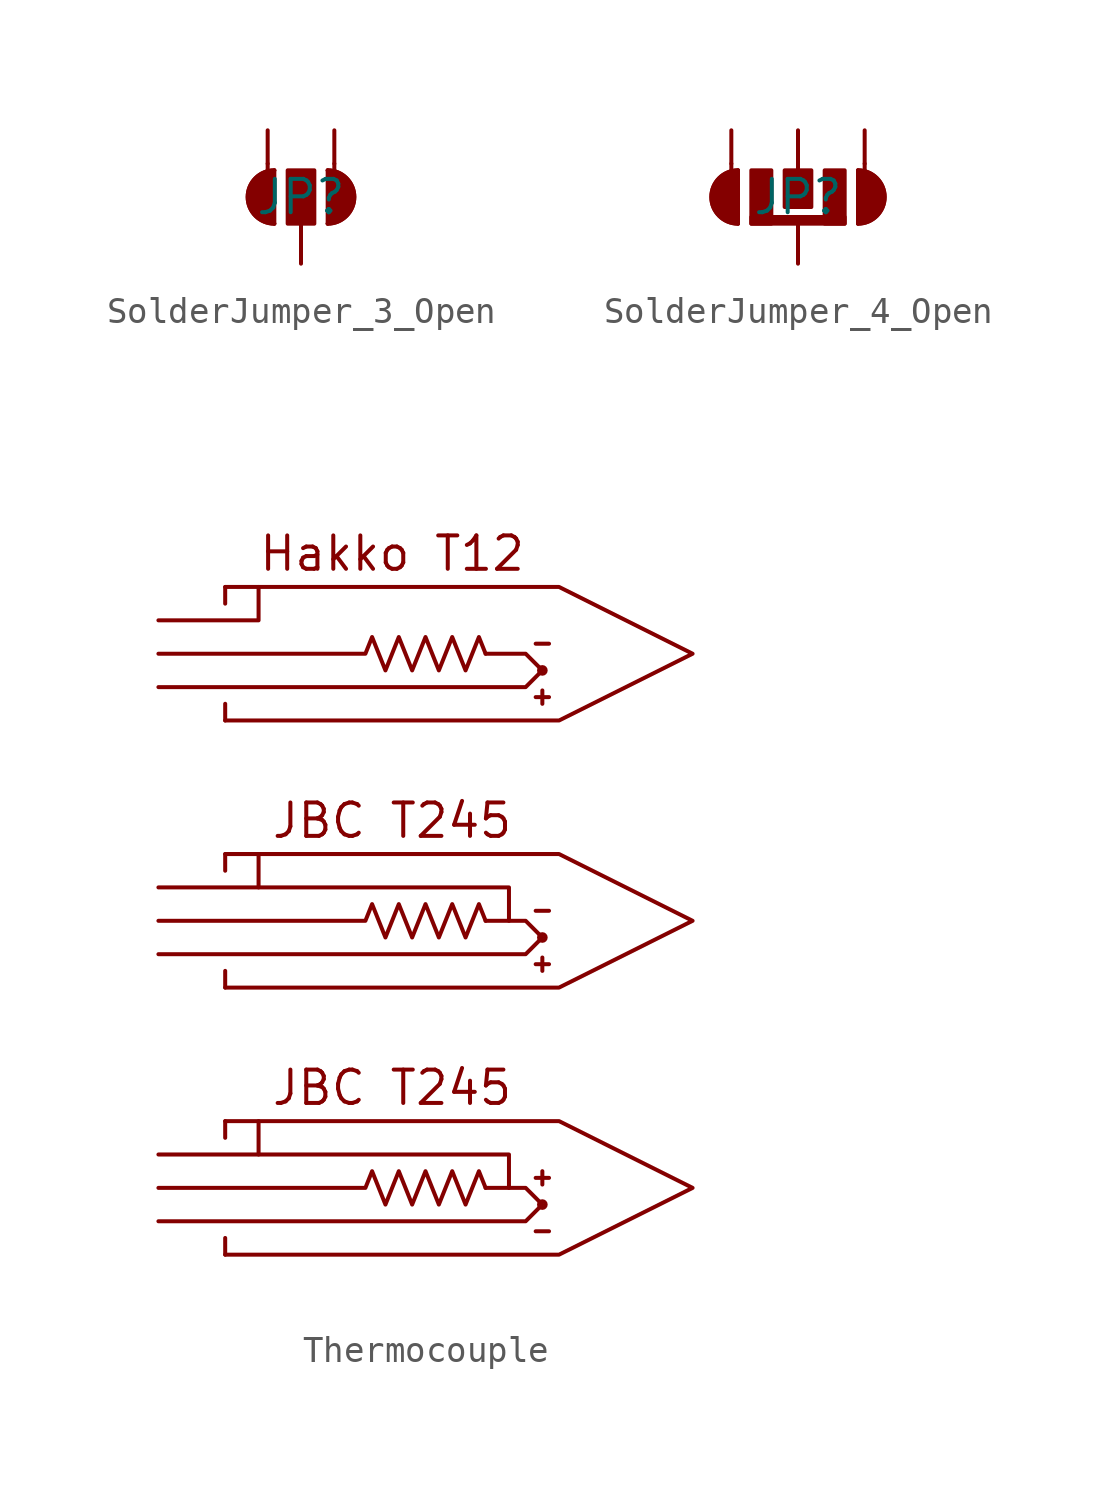
<source format=kicad_sym>
(kicad_symbol_lib
  (version 20211014)
  (generator kicad_symbol_editor)
  (symbol "SolderJumper_3_Open"
    (pin_numbers hide)
    (pin_names
      (offset 0) hide)
    (property "Reference" "JP"
      (at 0 0 0)
      (effects (font (size 1.27 1.27))))
    (symbol "SolderJumper_3_Open_0_1"
      (arc (start -1.016 1.016) (mid -2.032 0) (end -1.016 -1.016) (stroke (width 0) (type default) (color 0 0 0 0)) (fill (type none)))
      (arc (start -1.016 1.016) (mid -2.032 0) (end -1.016 -1.016) (stroke (width 0) (type default) (color 0 0 0 0)) (fill (type outline)))
      (rectangle (start -0.508 1.016) (end 0.508 -1.016) (stroke (width 0) (type default) (color 0 0 0 0)) (fill (type outline)))
      (polyline (pts (xy -1.27 1.27) (xy -1.27 0)) (stroke (width 0) (type default) (color 0 0 0 0)) (fill (type none)))
      (polyline (pts (xy -1.016 1.016) (xy -1.016 -1.016)) (stroke (width 0) (type default) (color 0 0 0 0)) (fill (type none)))
      (polyline (pts (xy 0 -1.27) (xy 0 -1.016)) (stroke (width 0) (type default) (color 0 0 0 0)) (fill (type none)))
      (polyline (pts (xy 1.016 1.016) (xy 1.016 -1.016)) (stroke (width 0) (type default) (color 0 0 0 0)) (fill (type none)))
      (polyline (pts (xy 1.27 1.27) (xy 1.27 0)) (stroke (width 0) (type default) (color 0 0 0 0)) (fill (type none)))
      (arc (start 1.016 -1.016) (mid 2.032 0) (end 1.016 1.016) (stroke (width 0) (type default) (color 0 0 0 0)) (fill (type none)))
      (arc (start 1.016 -1.016) (mid 2.032 0) (end 1.016 1.016) (stroke (width 0) (type default) (color 0 0 0 0)) (fill (type outline))))
    (symbol "SolderJumper_3_Open_1_1"
      (pin passive line (at -1.27 2.54 270) (length 1.27) (name "A" (effects (font (size 1.27 1.27)))) (number "1" (effects (font (size 1.27 1.27)))))
      (pin input line (at 0 -2.54 90) (length 1.27) (name "C" (effects (font (size 1.27 1.27)))) (number "2" (effects (font (size 1.27 1.27)))))
      (pin passive line (at 1.27 2.54 270) (length 1.27) (name "B" (effects (font (size 1.27 1.27)))) (number "3" (effects (font (size 1.27 1.27)))))))
  (symbol "SolderJumper_4_Open"
    (pin_numbers hide)
    (pin_names
      (offset 0) hide)
    (property "Reference" "JP"
      (at 0 0 0)
      (effects (font (size 1.27 1.27))))
    (symbol "SolderJumper_4_Open_0_1"
      (arc (start -2.286 1.016) (mid -3.302 0) (end -2.286 -1.016) (stroke (width 0) (type default) (color 0 0 0 0)) (fill (type none)))
      (arc (start -2.286 1.016) (mid -3.302 0) (end -2.286 -1.016) (stroke (width 0) (type default) (color 0 0 0 0)) (fill (type outline)))
      (rectangle (start -1.778 -1.016) (end 1.778 -0.762) (stroke (width 0) (type default) (color 0 0 0 0)) (fill (type outline)))
      (rectangle (start -1.016 1.016) (end -1.778 -1.016) (stroke (width 0) (type default) (color 0 0 0 0)) (fill (type outline)))
      (rectangle (start -0.508 1.016) (end 0.508 -0.381) (stroke (width 0) (type default) (color 0 0 0 0)) (fill (type outline)))
      (polyline (pts (xy -2.54 1.27) (xy -2.54 0)) (stroke (width 0) (type default) (color 0 0 0 0)) (fill (type none)))
      (polyline (pts (xy -2.286 1.016) (xy -2.286 -1.016)) (stroke (width 0) (type default) (color 0 0 0 0)) (fill (type none)))
      (polyline (pts (xy 0 -1.27) (xy 0 -1.016)) (stroke (width 0) (type default) (color 0 0 0 0)) (fill (type none)))
      (polyline (pts (xy 0 1.27) (xy 0 0)) (stroke (width 0) (type default) (color 0 0 0 0)) (fill (type none)))
      (polyline (pts (xy 2.286 1.016) (xy 2.286 -1.016)) (stroke (width 0) (type default) (color 0 0 0 0)) (fill (type none)))
      (polyline (pts (xy 2.54 1.27) (xy 2.54 0)) (stroke (width 0) (type default) (color 0 0 0 0)) (fill (type none)))
      (rectangle (start 1.016 1.016) (end 1.778 -1.016) (stroke (width 0) (type default) (color 0 0 0 0)) (fill (type outline)))
      (arc (start 2.286 -1.016) (mid 3.302 0) (end 2.286 1.016) (stroke (width 0) (type default) (color 0 0 0 0)) (fill (type none)))
      (arc (start 2.286 -1.016) (mid 3.302 0) (end 2.286 1.016) (stroke (width 0) (type default) (color 0 0 0 0)) (fill (type outline))))
    (symbol "SolderJumper_4_Open_1_1"
      (pin input line (at 0 -2.54 90) (length 1.27) (name "IN" (effects (font (size 1.27 1.27)))) (number "1" (effects (font (size 1.27 1.27)))))
      (pin passive line (at -2.54 2.54 270) (length 1.27) (name "O1" (effects (font (size 1.27 1.27)))) (number "2" (effects (font (size 1.27 1.27)))))
      (pin passive line (at 0 2.54 270) (length 1.27) (name "O2" (effects (font (size 1.27 1.27)))) (number "3" (effects (font (size 1.27 1.27)))))
      (pin passive line (at 2.54 2.54 270) (length 1.27) (name "O4" (effects (font (size 1.27 1.27)))) (number "4" (effects (font (size 1.27 1.27)))))))
  (symbol "Thermocouple"
    (pin_numbers hide)
    (pin_names
      (offset 0))
    (property "Reference" "TC"
      (at -3.429 9.779 0)
      (effects (font (size 1.27 1.27)) hide))
    (symbol "Thermocouple_0_0"
      (polyline (pts (xy -5.08 -12.7) (xy -5.08 -12.065)) (stroke (width 0) (type default) (color 0 0 0 0)) (fill (type none)))
      (polyline (pts (xy -5.08 -7.62) (xy -5.08 -8.255)) (stroke (width 0) (type default) (color 0 0 0 0)) (fill (type none)))
      (polyline (pts (xy -5.08 -2.54) (xy -5.08 -1.905)) (stroke (width 0) (type default) (color 0 0 0 0)) (fill (type none)))
      (polyline (pts (xy -5.08 2.54) (xy -5.08 1.905)) (stroke (width 0) (type default) (color 0 0 0 0)) (fill (type none)))
      (text "Hakko T12" (at 1.27 3.81 0) (effects (font (size 1.27 1.27))))
      (text "JBC T245" (at 1.27 -6.35 0) (effects (font (size 1.27 1.27)))))
    (symbol "Thermocouple_0_1"
      (polyline (pts (xy -3.81 -8.89) (xy -3.81 -7.62)) (stroke (width 0) (type default) (color 0 0 0 0)) (fill (type none)))
      (polyline (pts (xy 6.731 0.381) (xy 7.239 0.381)) (stroke (width 0) (type default) (color 0 0 0 0)) (fill (type none)))
      (polyline (pts (xy -7.62 1.27) (xy -3.81 1.27) (xy -3.81 2.54)) (stroke (width 0) (type default) (color 0 0 0 0)) (fill (type none)))
      (polyline (pts (xy -7.62 -8.89) (xy -1.27 -8.89) (xy 5.715 -8.89) (xy 5.715 -10.16)) (stroke (width 0) (type default) (color 0 0 0 0)) (fill (type none)))
      (polyline (pts (xy -5.08 -2.54) (xy 7.62 -2.54) (xy 12.7 0) (xy 7.62 2.54) (xy -5.08 2.54)) (stroke (width 0) (type default) (color 0 0 0 0)) (fill (type none)))
      (polyline (pts (xy 6.731 -1.651) (xy 7.239 -1.651) (xy 6.985 -1.651) (xy 6.985 -1.397) (xy 6.985 -1.905)) (stroke (width 0) (type default) (color 0 0 0 0)) (fill (type none)))
      (circle (center 6.985 -0.635) (radius 0.127) (stroke (width 0) (type default) (color 0 0 0 0)) (fill (type none))))
    (symbol "Thermocouple_1_0"
      (polyline (pts (xy -5.08 -22.86) (xy -5.08 -22.225)) (stroke (width 0) (type default) (color 0 0 0 0)) (fill (type none)))
      (polyline (pts (xy -5.08 -17.78) (xy -5.08 -18.415)) (stroke (width 0) (type default) (color 0 0 0 0)) (fill (type none)))
      (text "JBC T245" (at 1.27 -16.51 0) (effects (font (size 1.27 1.27)))))
    (symbol "Thermocouple_1_1"
      (polyline (pts (xy -3.81 -19.05) (xy -3.81 -17.78)) (stroke (width 0) (type default) (color 0 0 0 0)) (fill (type none)))
      (polyline (pts (xy 6.731 -21.971) (xy 7.239 -21.971)) (stroke (width 0) (type default) (color 0 0 0 0)) (fill (type none)))
      (polyline (pts (xy 6.731 -9.779) (xy 7.239 -9.779)) (stroke (width 0) (type default) (color 0 0 0 0)) (fill (type none)))
      (polyline (pts (xy -7.62 -19.05) (xy -1.27 -19.05) (xy 5.715 -19.05) (xy 5.715 -20.32)) (stroke (width 0) (type default) (color 0 0 0 0)) (fill (type none)))
      (polyline (pts (xy -5.08 -22.86) (xy 7.62 -22.86) (xy 12.7 -20.32) (xy 7.62 -17.78) (xy -5.08 -17.78)) (stroke (width 0) (type default) (color 0 0 0 0)) (fill (type none)))
      (polyline (pts (xy -5.08 -12.7) (xy 7.62 -12.7) (xy 12.7 -10.16) (xy 7.62 -7.62) (xy -5.08 -7.62)) (stroke (width 0) (type default) (color 0 0 0 0)) (fill (type none)))
      (polyline (pts (xy 4.826 -20.32) (xy 6.35 -20.32) (xy 6.985 -20.955) (xy 6.35 -21.59) (xy -7.62 -21.59)) (stroke (width 0) (type default) (color 0 0 0 0)) (fill (type none)))
      (polyline (pts (xy 4.826 -10.16) (xy 6.35 -10.16) (xy 6.985 -10.795) (xy 6.35 -11.43) (xy -7.62 -11.43)) (stroke (width 0) (type default) (color 0 0 0 0)) (fill (type none)))
      (polyline (pts (xy 4.826 0) (xy 6.35 0) (xy 6.985 -0.635) (xy 6.35 -1.27) (xy -7.62 -1.27)) (stroke (width 0) (type default) (color 0 0 0 0)) (fill (type none)))
      (polyline (pts (xy 6.731 -19.939) (xy 7.239 -19.939) (xy 6.985 -19.939) (xy 6.985 -19.685) (xy 6.985 -20.193)) (stroke (width 0) (type default) (color 0 0 0 0)) (fill (type none)))
      (polyline (pts (xy 6.731 -11.811) (xy 7.239 -11.811) (xy 6.985 -11.811) (xy 6.985 -11.557) (xy 6.985 -12.065)) (stroke (width 0) (type default) (color 0 0 0 0)) (fill (type none)))
      (polyline (pts (xy -7.62 -20.32) (xy 0.254 -20.32) (xy 0.508 -19.685) (xy 1.016 -20.955) (xy 1.524 -19.685) (xy 2.032 -20.955) (xy 2.54 -19.685) (xy 3.048 -20.955) (xy 3.556 -19.685) (xy 4.064 -20.955) (xy 4.572 -19.685) (xy 4.826 -20.32)) (stroke (width 0) (type default) (color 0 0 0 0)) (fill (type none)))
      (polyline (pts (xy -7.62 -10.16) (xy 0.254 -10.16) (xy 0.508 -9.525) (xy 1.016 -10.795) (xy 1.524 -9.525) (xy 2.032 -10.795) (xy 2.54 -9.525) (xy 3.048 -10.795) (xy 3.556 -9.525) (xy 4.064 -10.795) (xy 4.572 -9.525) (xy 4.826 -10.16)) (stroke (width 0) (type default) (color 0 0 0 0)) (fill (type none)))
      (polyline (pts (xy -7.62 0) (xy 0.254 0) (xy 0.508 0.635) (xy 1.016 -0.635) (xy 1.524 0.635) (xy 2.032 -0.635) (xy 2.54 0.635) (xy 3.048 -0.635) (xy 3.556 0.635) (xy 4.064 -0.635) (xy 4.572 0.635) (xy 4.826 0)) (stroke (width 0) (type default) (color 0 0 0 0)) (fill (type none)))
      (circle (center 6.985 -20.955) (radius 0.127) (stroke (width 0) (type default) (color 0 0 0 0)) (fill (type none)))
      (circle (center 6.985 -10.795) (radius 0.127) (stroke (width 0) (type default) (color 0 0 0 0)) (fill (type none))))))
</source>
